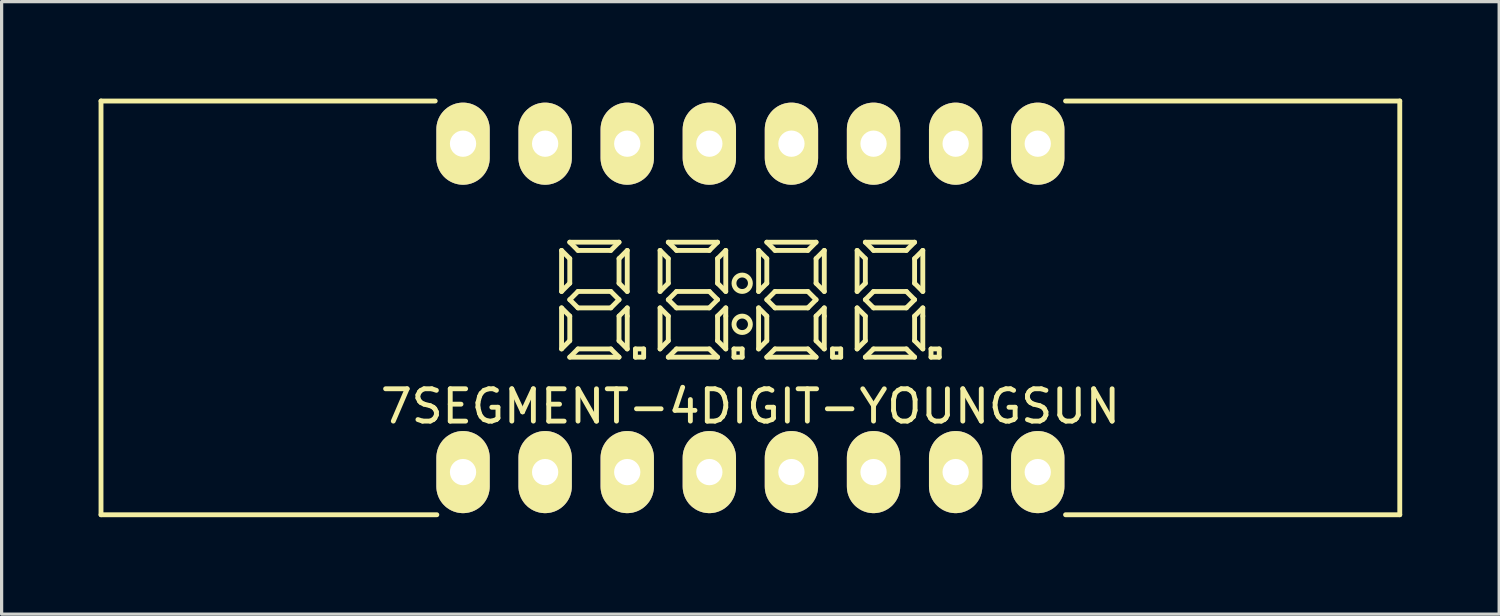
<source format=kicad_pcb>
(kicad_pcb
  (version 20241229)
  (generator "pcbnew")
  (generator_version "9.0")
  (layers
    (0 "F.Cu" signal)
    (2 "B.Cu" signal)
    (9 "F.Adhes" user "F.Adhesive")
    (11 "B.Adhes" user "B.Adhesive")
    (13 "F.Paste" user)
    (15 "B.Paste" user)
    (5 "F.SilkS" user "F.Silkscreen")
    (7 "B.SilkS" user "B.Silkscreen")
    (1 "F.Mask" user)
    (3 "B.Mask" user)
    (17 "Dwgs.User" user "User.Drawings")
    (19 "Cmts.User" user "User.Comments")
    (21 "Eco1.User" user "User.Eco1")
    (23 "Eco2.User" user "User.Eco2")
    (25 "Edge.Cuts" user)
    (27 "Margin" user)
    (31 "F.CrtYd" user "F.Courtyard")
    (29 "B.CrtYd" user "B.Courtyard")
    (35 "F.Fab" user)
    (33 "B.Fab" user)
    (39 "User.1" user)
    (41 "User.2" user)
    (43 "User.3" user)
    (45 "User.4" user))
  (footprint "7SEGMENT-4DIGIT-YOUNGSUN"
    (layer "F.Cu")
    (at 20.165 6.475)
    (property "Reference" "7SEGMENT-4DIGIT-YOUNGSUN" (at 0 3.048 0) (layer "F.SilkS") (effects (font (size 1 1) (thickness 0.15))))
    (attr through_hole)
    (fp_line (start -20.09 -6.4) (end -20.09 6.4) (stroke (width 0.15) (type solid)) (layer "F.SilkS"))
    (fp_line (start -20.09 6.4) (end -9.7 6.4) (stroke (width 0.15) (type solid)) (layer "F.SilkS"))
    (fp_line (start -9.75 -6.4) (end -20.09 -6.4) (stroke (width 0.15) (type solid)) (layer "F.SilkS"))
    (fp_line (start -5.842 -1.778) (end -5.842 -0.508) (stroke (width 0.15) (type solid)) (layer "F.SilkS"))
    (fp_line (start -5.842 -0.508) (end -5.588 -0.762) (stroke (width 0.15) (type solid)) (layer "F.SilkS"))
    (fp_line (start -5.842 0) (end -5.842 1.27) (stroke (width 0.15) (type solid)) (layer "F.SilkS"))
    (fp_line (start -5.842 1.27) (end -5.588 1.016) (stroke (width 0.15) (type solid)) (layer "F.SilkS"))
    (fp_line (start -5.588 -2.032) (end -4.064 -2.032) (stroke (width 0.15) (type solid)) (layer "F.SilkS"))
    (fp_line (start -5.588 -1.524) (end -5.842 -1.778) (stroke (width 0.15) (type solid)) (layer "F.SilkS"))
    (fp_line (start -5.588 -0.762) (end -5.588 -1.524) (stroke (width 0.15) (type solid)) (layer "F.SilkS"))
    (fp_line (start -5.588 -0.254) (end -5.334 0) (stroke (width 0.15) (type solid)) (layer "F.SilkS"))
    (fp_line (start -5.588 0.254) (end -5.842 0) (stroke (width 0.15) (type solid)) (layer "F.SilkS"))
    (fp_line (start -5.588 1.016) (end -5.588 0.254) (stroke (width 0.15) (type solid)) (layer "F.SilkS"))
    (fp_line (start -5.588 1.524) (end -5.334 1.27) (stroke (width 0.15) (type solid)) (layer "F.SilkS"))
    (fp_line (start -5.334 -1.778) (end -5.588 -2.032) (stroke (width 0.15) (type solid)) (layer "F.SilkS"))
    (fp_line (start -5.334 -0.508) (end -5.588 -0.254) (stroke (width 0.15) (type solid)) (layer "F.SilkS"))
    (fp_line (start -5.334 0) (end -4.318 0) (stroke (width 0.15) (type solid)) (layer "F.SilkS"))
    (fp_line (start -5.334 1.27) (end -4.318 1.27) (stroke (width 0.15) (type solid)) (layer "F.SilkS"))
    (fp_line (start -4.318 -1.778) (end -5.334 -1.778) (stroke (width 0.15) (type solid)) (layer "F.SilkS"))
    (fp_line (start -4.318 -0.508) (end -5.334 -0.508) (stroke (width 0.15) (type solid)) (layer "F.SilkS"))
    (fp_line (start -4.318 0) (end -4.064 -0.254) (stroke (width 0.15) (type solid)) (layer "F.SilkS"))
    (fp_line (start -4.318 1.27) (end -4.064 1.524) (stroke (width 0.15) (type solid)) (layer "F.SilkS"))
    (fp_line (start -4.064 -2.032) (end -4.318 -1.778) (stroke (width 0.15) (type solid)) (layer "F.SilkS"))
    (fp_line (start -4.064 -1.524) (end -3.81 -1.778) (stroke (width 0.15) (type solid)) (layer "F.SilkS"))
    (fp_line (start -4.064 -0.762) (end -4.064 -1.524) (stroke (width 0.15) (type solid)) (layer "F.SilkS"))
    (fp_line (start -4.064 -0.254) (end -4.318 -0.508) (stroke (width 0.15) (type solid)) (layer "F.SilkS"))
    (fp_line (start -4.064 0.254) (end -4.064 1.016) (stroke (width 0.15) (type solid)) (layer "F.SilkS"))
    (fp_line (start -4.064 1.016) (end -3.81 1.27) (stroke (width 0.15) (type solid)) (layer "F.SilkS"))
    (fp_line (start -4.064 1.524) (end -5.588 1.524) (stroke (width 0.15) (type solid)) (layer "F.SilkS"))
    (fp_line (start -3.81 -1.778) (end -3.81 -0.508) (stroke (width 0.15) (type solid)) (layer "F.SilkS"))
    (fp_line (start -3.81 -0.508) (end -4.064 -0.762) (stroke (width 0.15) (type solid)) (layer "F.SilkS"))
    (fp_line (start -3.81 0) (end -4.064 0.254) (stroke (width 0.15) (type solid)) (layer "F.SilkS"))
    (fp_line (start -3.81 0.254) (end -3.81 0) (stroke (width 0.15) (type solid)) (layer "F.SilkS"))
    (fp_line (start -3.81 1.27) (end -3.81 0.254) (stroke (width 0.15) (type solid)) (layer "F.SilkS"))
    (fp_line (start -3.556 1.27) (end -3.556 1.524) (stroke (width 0.15) (type solid)) (layer "F.SilkS"))
    (fp_line (start -3.556 1.524) (end -3.302 1.524) (stroke (width 0.15) (type solid)) (layer "F.SilkS"))
    (fp_line (start -3.302 1.27) (end -3.556 1.27) (stroke (width 0.15) (type solid)) (layer "F.SilkS"))
    (fp_line (start -3.302 1.524) (end -3.302 1.27) (stroke (width 0.15) (type solid)) (layer "F.SilkS"))
    (fp_line (start -2.794 -1.778) (end -2.794 -0.508) (stroke (width 0.15) (type solid)) (layer "F.SilkS"))
    (fp_line (start -2.794 -0.508) (end -2.54 -0.762) (stroke (width 0.15) (type solid)) (layer "F.SilkS"))
    (fp_line (start -2.794 0) (end -2.794 1.27) (stroke (width 0.15) (type solid)) (layer "F.SilkS"))
    (fp_line (start -2.794 1.27) (end -2.54 1.016) (stroke (width 0.15) (type solid)) (layer "F.SilkS"))
    (fp_line (start -2.54 -2.032) (end -1.016 -2.032) (stroke (width 0.15) (type solid)) (layer "F.SilkS"))
    (fp_line (start -2.54 -1.524) (end -2.794 -1.778) (stroke (width 0.15) (type solid)) (layer "F.SilkS"))
    (fp_line (start -2.54 -0.762) (end -2.54 -1.524) (stroke (width 0.15) (type solid)) (layer "F.SilkS"))
    (fp_line (start -2.54 -0.254) (end -2.286 0) (stroke (width 0.15) (type solid)) (layer "F.SilkS"))
    (fp_line (start -2.54 0.254) (end -2.794 0) (stroke (width 0.15) (type solid)) (layer "F.SilkS"))
    (fp_line (start -2.54 1.016) (end -2.54 0.254) (stroke (width 0.15) (type solid)) (layer "F.SilkS"))
    (fp_line (start -2.54 1.524) (end -2.286 1.27) (stroke (width 0.15) (type solid)) (layer "F.SilkS"))
    (fp_line (start -2.286 -1.778) (end -2.54 -2.032) (stroke (width 0.15) (type solid)) (layer "F.SilkS"))
    (fp_line (start -2.286 -0.508) (end -2.54 -0.254) (stroke (width 0.15) (type solid)) (layer "F.SilkS"))
    (fp_line (start -2.286 0) (end -1.27 0) (stroke (width 0.15) (type solid)) (layer "F.SilkS"))
    (fp_line (start -2.286 1.27) (end -1.27 1.27) (stroke (width 0.15) (type solid)) (layer "F.SilkS"))
    (fp_line (start -1.27 -1.778) (end -2.286 -1.778) (stroke (width 0.15) (type solid)) (layer "F.SilkS"))
    (fp_line (start -1.27 -0.508) (end -2.286 -0.508) (stroke (width 0.15) (type solid)) (layer "F.SilkS"))
    (fp_line (start -1.27 0) (end -1.016 -0.254) (stroke (width 0.15) (type solid)) (layer "F.SilkS"))
    (fp_line (start -1.27 1.27) (end -1.016 1.524) (stroke (width 0.15) (type solid)) (layer "F.SilkS"))
    (fp_line (start -1.016 -2.032) (end -1.27 -1.778) (stroke (width 0.15) (type solid)) (layer "F.SilkS"))
    (fp_line (start -1.016 -1.524) (end -0.762 -1.778) (stroke (width 0.15) (type solid)) (layer "F.SilkS"))
    (fp_line (start -1.016 -0.762) (end -1.016 -1.524) (stroke (width 0.15) (type solid)) (layer "F.SilkS"))
    (fp_line (start -1.016 -0.254) (end -1.27 -0.508) (stroke (width 0.15) (type solid)) (layer "F.SilkS"))
    (fp_line (start -1.016 0.254) (end -1.016 1.016) (stroke (width 0.15) (type solid)) (layer "F.SilkS"))
    (fp_line (start -1.016 1.016) (end -0.762 1.27) (stroke (width 0.15) (type solid)) (layer "F.SilkS"))
    (fp_line (start -1.016 1.524) (end -2.54 1.524) (stroke (width 0.15) (type solid)) (layer "F.SilkS"))
    (fp_line (start -0.762 -1.778) (end -0.762 -0.508) (stroke (width 0.15) (type solid)) (layer "F.SilkS"))
    (fp_line (start -0.762 -0.508) (end -1.016 -0.762) (stroke (width 0.15) (type solid)) (layer "F.SilkS"))
    (fp_line (start -0.762 0) (end -1.016 0.254) (stroke (width 0.15) (type solid)) (layer "F.SilkS"))
    (fp_line (start -0.762 0.254) (end -0.762 0) (stroke (width 0.15) (type solid)) (layer "F.SilkS"))
    (fp_line (start -0.762 1.27) (end -0.762 0.254) (stroke (width 0.15) (type solid)) (layer "F.SilkS"))
    (fp_line (start -0.508 1.27) (end -0.508 1.524) (stroke (width 0.15) (type solid)) (layer "F.SilkS"))
    (fp_line (start -0.508 1.524) (end -0.254 1.524) (stroke (width 0.15) (type solid)) (layer "F.SilkS"))
    (fp_line (start -0.254 1.27) (end -0.508 1.27) (stroke (width 0.15) (type solid)) (layer "F.SilkS"))
    (fp_line (start -0.254 1.524) (end -0.254 1.27) (stroke (width 0.15) (type solid)) (layer "F.SilkS"))
    (fp_line (start 0.254 -1.778) (end 0.254 -0.508) (stroke (width 0.15) (type solid)) (layer "F.SilkS"))
    (fp_line (start 0.254 -0.508) (end 0.508 -0.762) (stroke (width 0.15) (type solid)) (layer "F.SilkS"))
    (fp_line (start 0.254 0) (end 0.254 1.27) (stroke (width 0.15) (type solid)) (layer "F.SilkS"))
    (fp_line (start 0.254 1.27) (end 0.508 1.016) (stroke (width 0.15) (type solid)) (layer "F.SilkS"))
    (fp_line (start 0.508 -2.032) (end 2.032 -2.032) (stroke (width 0.15) (type solid)) (layer "F.SilkS"))
    (fp_line (start 0.508 -1.524) (end 0.254 -1.778) (stroke (width 0.15) (type solid)) (layer "F.SilkS"))
    (fp_line (start 0.508 -0.762) (end 0.508 -1.524) (stroke (width 0.15) (type solid)) (layer "F.SilkS"))
    (fp_line (start 0.508 -0.254) (end 0.762 0) (stroke (width 0.15) (type solid)) (layer "F.SilkS"))
    (fp_line (start 0.508 0.254) (end 0.254 0) (stroke (width 0.15) (type solid)) (layer "F.SilkS"))
    (fp_line (start 0.508 1.016) (end 0.508 0.254) (stroke (width 0.15) (type solid)) (layer "F.SilkS"))
    (fp_line (start 0.508 1.524) (end 0.762 1.27) (stroke (width 0.15) (type solid)) (layer "F.SilkS"))
    (fp_line (start 0.762 -1.778) (end 0.508 -2.032) (stroke (width 0.15) (type solid)) (layer "F.SilkS"))
    (fp_line (start 0.762 -0.508) (end 0.508 -0.254) (stroke (width 0.15) (type solid)) (layer "F.SilkS"))
    (fp_line (start 0.762 0) (end 1.778 0) (stroke (width 0.15) (type solid)) (layer "F.SilkS"))
    (fp_line (start 0.762 1.27) (end 1.778 1.27) (stroke (width 0.15) (type solid)) (layer "F.SilkS"))
    (fp_line (start 1.778 -1.778) (end 0.762 -1.778) (stroke (width 0.15) (type solid)) (layer "F.SilkS"))
    (fp_line (start 1.778 -0.508) (end 0.762 -0.508) (stroke (width 0.15) (type solid)) (layer "F.SilkS"))
    (fp_line (start 1.778 0) (end 2.032 -0.254) (stroke (width 0.15) (type solid)) (layer "F.SilkS"))
    (fp_line (start 1.778 1.27) (end 2.032 1.524) (stroke (width 0.15) (type solid)) (layer "F.SilkS"))
    (fp_line (start 2.032 -2.032) (end 1.778 -1.778) (stroke (width 0.15) (type solid)) (layer "F.SilkS"))
    (fp_line (start 2.032 -1.524) (end 2.286 -1.778) (stroke (width 0.15) (type solid)) (layer "F.SilkS"))
    (fp_line (start 2.032 -0.762) (end 2.032 -1.524) (stroke (width 0.15) (type solid)) (layer "F.SilkS"))
    (fp_line (start 2.032 -0.254) (end 1.778 -0.508) (stroke (width 0.15) (type solid)) (layer "F.SilkS"))
    (fp_line (start 2.032 0.254) (end 2.032 1.016) (stroke (width 0.15) (type solid)) (layer "F.SilkS"))
    (fp_line (start 2.032 1.016) (end 2.286 1.27) (stroke (width 0.15) (type solid)) (layer "F.SilkS"))
    (fp_line (start 2.032 1.524) (end 0.508 1.524) (stroke (width 0.15) (type solid)) (layer "F.SilkS"))
    (fp_line (start 2.286 -1.778) (end 2.286 -0.508) (stroke (width 0.15) (type solid)) (layer "F.SilkS"))
    (fp_line (start 2.286 -0.508) (end 2.032 -0.762) (stroke (width 0.15) (type solid)) (layer "F.SilkS"))
    (fp_line (start 2.286 0) (end 2.032 0.254) (stroke (width 0.15) (type solid)) (layer "F.SilkS"))
    (fp_line (start 2.286 0.254) (end 2.286 0) (stroke (width 0.15) (type solid)) (layer "F.SilkS"))
    (fp_line (start 2.286 1.27) (end 2.286 0.254) (stroke (width 0.15) (type solid)) (layer "F.SilkS"))
    (fp_line (start 2.54 1.27) (end 2.54 1.524) (stroke (width 0.15) (type solid)) (layer "F.SilkS"))
    (fp_line (start 2.54 1.524) (end 2.794 1.524) (stroke (width 0.15) (type solid)) (layer "F.SilkS"))
    (fp_line (start 2.794 1.27) (end 2.54 1.27) (stroke (width 0.15) (type solid)) (layer "F.SilkS"))
    (fp_line (start 2.794 1.524) (end 2.794 1.27) (stroke (width 0.15) (type solid)) (layer "F.SilkS"))
    (fp_line (start 3.302 -1.778) (end 3.302 -0.508) (stroke (width 0.15) (type solid)) (layer "F.SilkS"))
    (fp_line (start 3.302 -0.508) (end 3.556 -0.762) (stroke (width 0.15) (type solid)) (layer "F.SilkS"))
    (fp_line (start 3.302 0) (end 3.302 1.27) (stroke (width 0.15) (type solid)) (layer "F.SilkS"))
    (fp_line (start 3.302 1.27) (end 3.556 1.016) (stroke (width 0.15) (type solid)) (layer "F.SilkS"))
    (fp_line (start 3.556 -2.032) (end 5.08 -2.032) (stroke (width 0.15) (type solid)) (layer "F.SilkS"))
    (fp_line (start 3.556 -1.524) (end 3.302 -1.778) (stroke (width 0.15) (type solid)) (layer "F.SilkS"))
    (fp_line (start 3.556 -0.762) (end 3.556 -1.524) (stroke (width 0.15) (type solid)) (layer "F.SilkS"))
    (fp_line (start 3.556 -0.254) (end 3.81 0) (stroke (width 0.15) (type solid)) (layer "F.SilkS"))
    (fp_line (start 3.556 0.254) (end 3.302 0) (stroke (width 0.15) (type solid)) (layer "F.SilkS"))
    (fp_line (start 3.556 1.016) (end 3.556 0.254) (stroke (width 0.15) (type solid)) (layer "F.SilkS"))
    (fp_line (start 3.556 1.524) (end 3.81 1.27) (stroke (width 0.15) (type solid)) (layer "F.SilkS"))
    (fp_line (start 3.81 -1.778) (end 3.556 -2.032) (stroke (width 0.15) (type solid)) (layer "F.SilkS"))
    (fp_line (start 3.81 -0.508) (end 3.556 -0.254) (stroke (width 0.15) (type solid)) (layer "F.SilkS"))
    (fp_line (start 3.81 0) (end 4.826 0) (stroke (width 0.15) (type solid)) (layer "F.SilkS"))
    (fp_line (start 3.81 1.27) (end 4.826 1.27) (stroke (width 0.15) (type solid)) (layer "F.SilkS"))
    (fp_line (start 4.826 -1.778) (end 3.81 -1.778) (stroke (width 0.15) (type solid)) (layer "F.SilkS"))
    (fp_line (start 4.826 -0.508) (end 3.81 -0.508) (stroke (width 0.15) (type solid)) (layer "F.SilkS"))
    (fp_line (start 4.826 0) (end 5.08 -0.254) (stroke (width 0.15) (type solid)) (layer "F.SilkS"))
    (fp_line (start 4.826 1.27) (end 5.08 1.524) (stroke (width 0.15) (type solid)) (layer "F.SilkS"))
    (fp_line (start 5.08 -2.032) (end 4.826 -1.778) (stroke (width 0.15) (type solid)) (layer "F.SilkS"))
    (fp_line (start 5.08 -1.524) (end 5.334 -1.778) (stroke (width 0.15) (type solid)) (layer "F.SilkS"))
    (fp_line (start 5.08 -0.762) (end 5.08 -1.524) (stroke (width 0.15) (type solid)) (layer "F.SilkS"))
    (fp_line (start 5.08 -0.254) (end 4.826 -0.508) (stroke (width 0.15) (type solid)) (layer "F.SilkS"))
    (fp_line (start 5.08 0.254) (end 5.08 1.016) (stroke (width 0.15) (type solid)) (layer "F.SilkS"))
    (fp_line (start 5.08 1.016) (end 5.334 1.27) (stroke (width 0.15) (type solid)) (layer "F.SilkS"))
    (fp_line (start 5.08 1.524) (end 3.556 1.524) (stroke (width 0.15) (type solid)) (layer "F.SilkS"))
    (fp_line (start 5.334 -1.778) (end 5.334 -0.508) (stroke (width 0.15) (type solid)) (layer "F.SilkS"))
    (fp_line (start 5.334 -0.508) (end 5.08 -0.762) (stroke (width 0.15) (type solid)) (layer "F.SilkS"))
    (fp_line (start 5.334 0) (end 5.08 0.254) (stroke (width 0.15) (type solid)) (layer "F.SilkS"))
    (fp_line (start 5.334 0.254) (end 5.334 0) (stroke (width 0.15) (type solid)) (layer "F.SilkS"))
    (fp_line (start 5.334 1.27) (end 5.334 0.254) (stroke (width 0.15) (type solid)) (layer "F.SilkS"))
    (fp_line (start 5.588 1.27) (end 5.588 1.524) (stroke (width 0.15) (type solid)) (layer "F.SilkS"))
    (fp_line (start 5.588 1.524) (end 5.842 1.524) (stroke (width 0.15) (type solid)) (layer "F.SilkS"))
    (fp_line (start 5.842 1.27) (end 5.588 1.27) (stroke (width 0.15) (type solid)) (layer "F.SilkS"))
    (fp_line (start 5.842 1.524) (end 5.842 1.27) (stroke (width 0.15) (type solid)) (layer "F.SilkS"))
    (fp_line (start 9.75 6.4) (end 20.09 6.4) (stroke (width 0.15) (type solid)) (layer "F.SilkS"))
    (fp_line (start 20.09 -6.4) (end 9.75 -6.4) (stroke (width 0.15) (type solid)) (layer "F.SilkS"))
    (fp_line (start 20.09 6.4) (end 20.09 -6.4) (stroke (width 0.15) (type solid)) (layer "F.SilkS"))
    (fp_circle (center -0.254 -0.762) (end 0 -0.762) (stroke (width 0.15) (type solid)) (fill no) (layer "F.SilkS"))
    (fp_circle (center -0.254 0.508) (end -0.508 0.508) (stroke (width 0.15) (type solid)) (fill no) (layer "F.SilkS"))
    (pad "1" thru_hole oval (at -8.89 5.08) (size 1.65 2.54) (drill 0.813) (layers "*.Cu" "*.Mask" "F.SilkS"))
    (pad "2" thru_hole oval (at -6.35 5.08) (size 1.65 2.54) (drill 0.813) (layers "*.Cu" "*.Mask" "F.SilkS"))
    (pad "3" thru_hole oval (at -3.81 5.08) (size 1.65 2.54) (drill 0.813) (layers "*.Cu" "*.Mask" "F.SilkS"))
    (pad "4" thru_hole oval (at -1.27 5.08) (size 1.65 2.54) (drill 0.813) (layers "*.Cu" "*.Mask" "F.SilkS"))
    (pad "5" thru_hole oval (at 1.27 5.08) (size 1.65 2.54) (drill 0.813) (layers "*.Cu" "*.Mask" "F.SilkS"))
    (pad "6" thru_hole oval (at 3.81 5.08) (size 1.65 2.54) (drill 0.813) (layers "*.Cu" "*.Mask" "F.SilkS"))
    (pad "7" thru_hole oval (at 6.35 5.08) (size 1.65 2.54) (drill 0.813) (layers "*.Cu" "*.Mask" "F.SilkS"))
    (pad "8" thru_hole oval (at 8.89 5.08) (size 1.65 2.54) (drill 0.813) (layers "*.Cu" "*.Mask" "F.SilkS"))
    (pad "9" thru_hole oval (at 8.89 -5.08) (size 1.65 2.54) (drill 0.813) (layers "*.Cu" "*.Mask" "F.SilkS"))
    (pad "10" thru_hole oval (at 6.35 -5.08) (size 1.65 2.54) (drill 0.813) (layers "*.Cu" "*.Mask" "F.SilkS"))
    (pad "11" thru_hole oval (at 3.81 -5.08) (size 1.65 2.54) (drill 0.813) (layers "*.Cu" "*.Mask" "F.SilkS"))
    (pad "12" thru_hole oval (at 1.27 -5.08) (size 1.65 2.54) (drill 0.813) (layers "*.Cu" "*.Mask" "F.SilkS"))
    (pad "13" thru_hole oval (at -1.27 -5.08) (size 1.65 2.54) (drill 0.813) (layers "*.Cu" "*.Mask" "F.SilkS"))
    (pad "14" thru_hole oval (at -3.81 -5.08) (size 1.65 2.54) (drill 0.813) (layers "*.Cu" "*.Mask" "F.SilkS"))
    (pad "15" thru_hole oval (at -6.35 -5.08) (size 1.65 2.54) (drill 0.813) (layers "*.Cu" "*.Mask" "F.SilkS"))
    (pad "16" thru_hole oval (at -8.89 -5.08) (size 1.65 2.54) (drill 0.813) (layers "*.Cu" "*.Mask" "F.SilkS")))
  (gr_rect
    (start -3 -3)
    (end 43.33 15.95)
    (stroke (width 0.1) (type default))
    (fill no)
    (layer "Edge.Cuts")))
</source>
